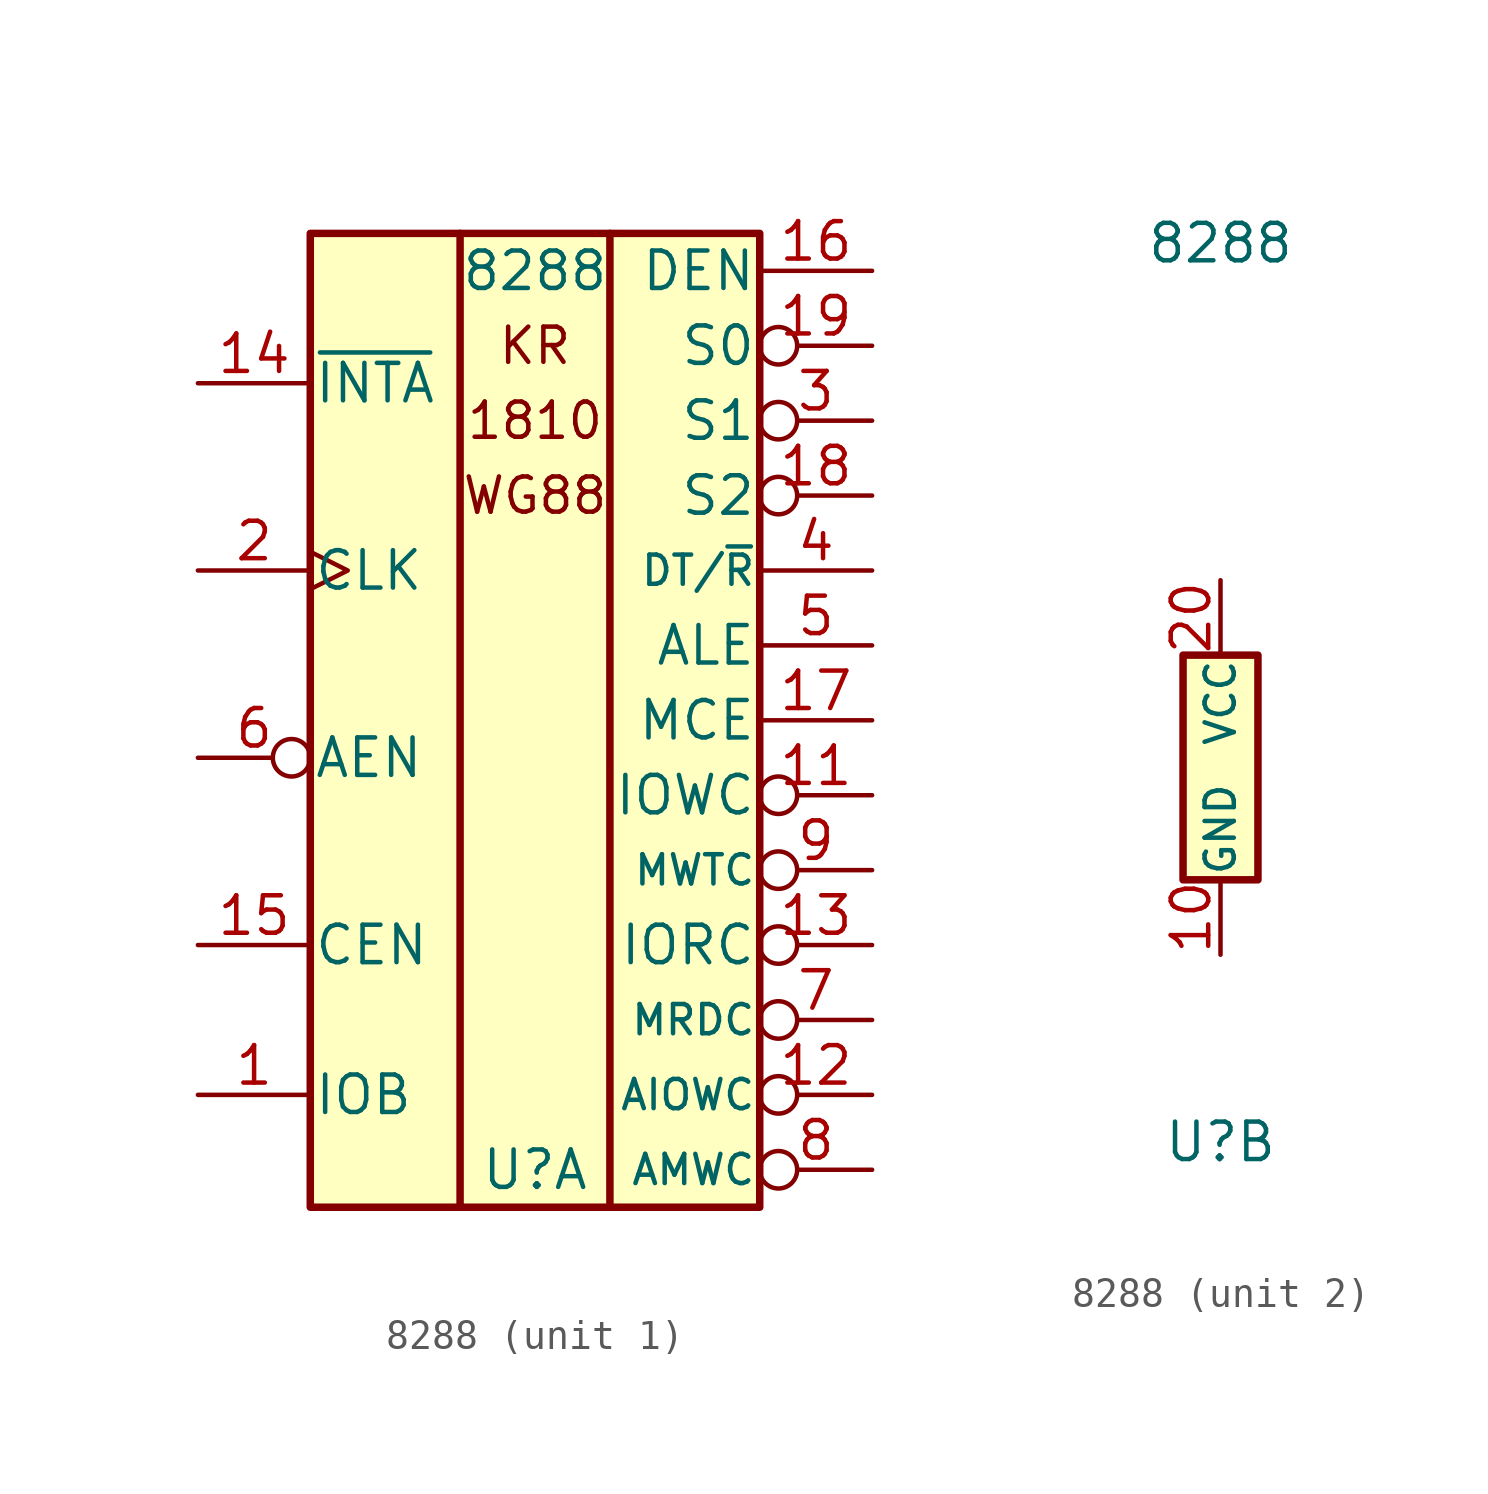
<source format=kicad_sym>
(kicad_symbol_lib
  (version 20241209)
  (generator "kicad_symbol_editor")
  (generator_version "9.0")
  (symbol "8288"
    (pin_names
      (offset 0.102))
    (property "Reference" "U"
      (at 0 -12.7 0)
      (effects (font (size 1.27 1.27))))
    (property "Value" "8288"
      (at 0 17.78 0)
      (effects (font (size 1.27 1.27))))
    (property "ki_locked" ""
      (at 0 0 0)
      (effects (font (size 1.27 1.27))))
    (symbol "8288_1_0"
      (rectangle (start -7.62 -13.97) (end 7.62 19.05) (stroke (width 0.254) (type default)) (fill (type background)))
      (rectangle (start -2.54 19.05) (end -2.54 -13.97) (stroke (width 0.254) (type default)) (fill (type none)))
      (rectangle (start 2.54 19.05) (end 2.54 -13.97) (stroke (width 0.254) (type default)) (fill (type none)))
      (text "KR" (at 0 15.24 0) (effects (font (size 1.194 1.194))))
      (text "1810" (at 0 12.7 0) (effects (font (size 1.194 1.194))))
      (text "WG88" (at 0 10.16 0) (effects (font (size 1.194 1.194)))))
    (symbol "8288_1_1"
      (pin tri_state line (at -11.43 13.97 0) (length 3.81) (name "~{INTA}" (effects (font (size 1.27 1.27)))) (number "14" (effects (font (size 1.27 1.27)))))
      (pin input clock (at -11.43 7.62 0) (length 3.81) (name "CLK" (effects (font (size 1.27 1.27)))) (number "2" (effects (font (size 1.27 1.27)))))
      (pin input inverted (at -11.43 1.27 0) (length 3.81) (name "AEN" (effects (font (size 1.27 1.27)))) (number "6" (effects (font (size 1.27 1.27)))))
      (pin input line (at -11.43 -5.08 0) (length 3.81) (name "CEN" (effects (font (size 1.27 1.27)))) (number "15" (effects (font (size 1.27 1.27)))))
      (pin input line (at -11.43 -10.16 0) (length 3.81) (name "IOB" (effects (font (size 1.27 1.27)))) (number "1" (effects (font (size 1.27 1.27)))))
      (pin output line (at 11.43 17.78 180) (length 3.81) (name "DEN" (effects (font (size 1.27 1.27)))) (number "16" (effects (font (size 1.27 1.27)))))
      (pin input inverted (at 11.43 15.24 180) (length 3.81) (name "S0" (effects (font (size 1.27 1.27)))) (number "19" (effects (font (size 1.27 1.27)))))
      (pin input inverted (at 11.43 12.7 180) (length 3.81) (name "S1" (effects (font (size 1.27 1.27)))) (number "3" (effects (font (size 1.27 1.27)))))
      (pin input inverted (at 11.43 10.16 180) (length 3.81) (name "S2" (effects (font (size 1.27 1.27)))) (number "18" (effects (font (size 1.27 1.27)))))
      (pin output line (at 11.43 7.62 180) (length 3.81) (name "DT/~{R}" (effects (font (size 0.991 0.991)))) (number "4" (effects (font (size 1.27 1.27)))))
      (pin output line (at 11.43 5.08 180) (length 3.81) (name "ALE" (effects (font (size 1.27 1.27)))) (number "5" (effects (font (size 1.27 1.27)))))
      (pin output line (at 11.43 2.54 180) (length 3.81) (name "MCE" (effects (font (size 1.27 1.27)))) (number "17" (effects (font (size 1.27 1.27)))))
      (pin tri_state inverted (at 11.43 0 180) (length 3.81) (name "IOWC" (effects (font (size 1.27 1.27)))) (number "11" (effects (font (size 1.27 1.27)))))
      (pin tri_state inverted (at 11.43 -2.54 180) (length 3.81) (name "MWTC" (effects (font (size 0.991 0.991)))) (number "9" (effects (font (size 1.27 1.27)))))
      (pin tri_state inverted (at 11.43 -5.08 180) (length 3.81) (name "IORC" (effects (font (size 1.27 1.27)))) (number "13" (effects (font (size 1.27 1.27)))))
      (pin tri_state inverted (at 11.43 -7.62 180) (length 3.81) (name "MRDC" (effects (font (size 0.991 0.991)))) (number "7" (effects (font (size 1.27 1.27)))))
      (pin tri_state inverted (at 11.43 -10.16 180) (length 3.81) (name "AIOWC" (effects (font (size 0.991 0.991)))) (number "12" (effects (font (size 1.27 1.27)))))
      (pin tri_state inverted (at 11.43 -12.7 180) (length 3.81) (name "AMWC" (effects (font (size 0.991 0.991)))) (number "8" (effects (font (size 1.27 1.27))))))
    (symbol "8288_2_0"
      (rectangle (start -1.27 3.81) (end 1.27 -3.81) (stroke (width 0.254) (type default)) (fill (type background))))
    (symbol "8288_2_1"
      (pin power_in line (at 0 6.35 270) (length 2.54) (name "VCC" (effects (font (size 0.991 0.991)))) (number "20" (effects (font (size 1.27 1.27)))))
      (pin power_in line (at 0 -6.35 90) (length 2.54) (name "GND" (effects (font (size 0.991 0.991)))) (number "10" (effects (font (size 1.27 1.27))))))))
</source>
